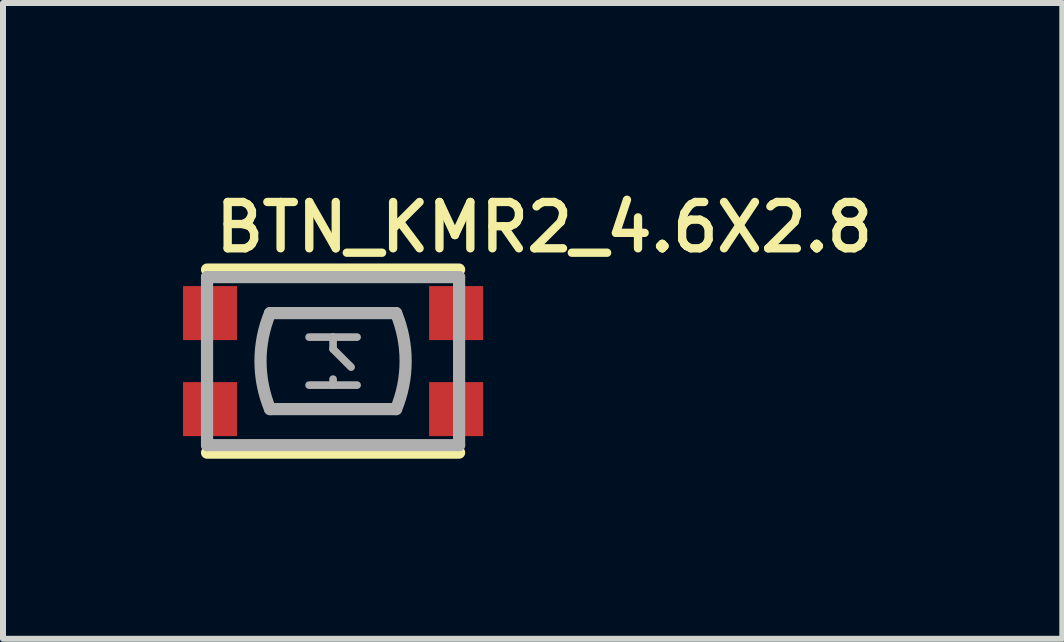
<source format=kicad_pcb>
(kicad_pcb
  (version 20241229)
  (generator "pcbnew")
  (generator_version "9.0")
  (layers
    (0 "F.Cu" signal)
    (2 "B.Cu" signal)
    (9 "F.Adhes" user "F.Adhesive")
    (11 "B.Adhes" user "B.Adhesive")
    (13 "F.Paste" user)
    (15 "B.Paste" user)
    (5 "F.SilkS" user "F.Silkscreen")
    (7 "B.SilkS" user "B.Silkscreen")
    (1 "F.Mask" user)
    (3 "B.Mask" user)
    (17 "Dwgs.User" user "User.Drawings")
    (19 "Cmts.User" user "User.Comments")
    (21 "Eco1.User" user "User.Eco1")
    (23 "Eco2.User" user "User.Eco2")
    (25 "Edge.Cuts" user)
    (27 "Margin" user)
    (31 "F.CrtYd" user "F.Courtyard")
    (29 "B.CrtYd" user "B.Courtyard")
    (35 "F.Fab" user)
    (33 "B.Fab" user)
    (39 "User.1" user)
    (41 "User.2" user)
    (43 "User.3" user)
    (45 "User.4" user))
  (footprint "BTN_KMR2_4.6X2.8"
    (layer "F.Cu")
    (at 2.5 2.967)
    (property "Reference" "BTN_KMR2_4.6X2.8" (at -2.032 -1.778 0) (layer "F.SilkS") (effects (font (size 0.772 0.772) (thickness 0.139)) (justify left bottom)))
    (attr through_hole)
    (fp_line (start -2.1 -1.525) (end 2.1 -1.525) (stroke (width 0.203) (type solid)) (layer "F.SilkS"))
    (fp_line (start 2.1 1.525) (end -2.1 1.525) (stroke (width 0.203) (type solid)) (layer "F.SilkS"))
    (fp_line (start -2.1 -1.4) (end 2.1 -1.4) (stroke (width 0.203) (type solid)) (layer "F.Fab"))
    (fp_line (start -2.1 1.4) (end -2.1 -1.4) (stroke (width 0.203) (type solid)) (layer "F.Fab"))
    (fp_line (start -1.05 -0.8) (end 1.05 -0.8) (stroke (width 0.203) (type solid)) (layer "F.Fab"))
    (fp_line (start -0.4 -0.4) (end 0 -0.4) (stroke (width 0.127) (type solid)) (layer "F.Fab"))
    (fp_line (start -0.4 0.4) (end 0 0.4) (stroke (width 0.127) (type solid)) (layer "F.Fab"))
    (fp_line (start 0 -0.4) (end 0 -0.2) (stroke (width 0.127) (type solid)) (layer "F.Fab"))
    (fp_line (start 0 -0.4) (end 0.4 -0.4) (stroke (width 0.127) (type solid)) (layer "F.Fab"))
    (fp_line (start 0 -0.2) (end 0.3 0.1) (stroke (width 0.127) (type solid)) (layer "F.Fab"))
    (fp_line (start 0 0.4) (end 0 0.3) (stroke (width 0.127) (type solid)) (layer "F.Fab"))
    (fp_line (start 0 0.4) (end 0.4 0.4) (stroke (width 0.127) (type solid)) (layer "F.Fab"))
    (fp_line (start 1.05 0.8) (end -1.05 0.8) (stroke (width 0.203) (type solid)) (layer "F.Fab"))
    (fp_line (start 2.1 -1.4) (end 2.1 1.4) (stroke (width 0.203) (type solid)) (layer "F.Fab"))
    (fp_line (start 2.1 1.4) (end -2.1 1.4) (stroke (width 0.203) (type solid)) (layer "F.Fab"))
    (fp_arc (start -1.05 0.8) (mid -1.209128 0) (end -1.05 -0.799999) (stroke (width 0.2032) (type solid)) (layer "F.Fab"))
    (fp_arc (start 1.05 -0.8) (mid 1.209128 0) (end 1.05 0.799999) (stroke (width 0.2032) (type solid)) (layer "F.Fab"))
    (pad "A" smd rect (at 2.05 -0.8) (size 0.9 0.9) (layers "F.Cu" "F.Mask" "F.Paste"))
    (pad "A'" smd rect (at -2.05 -0.8) (size 0.9 0.9) (layers "F.Cu" "F.Mask" "F.Paste"))
    (pad "B" smd rect (at 2.05 0.8) (size 0.9 0.9) (layers "F.Cu" "F.Mask" "F.Paste"))
    (pad "B'" smd rect (at -2.05 0.8) (size 0.9 0.9) (layers "F.Cu" "F.Mask" "F.Paste")))
  (gr_rect
    (start -3 -3)
    (end 14.651 7.594)
    (stroke (width 0.1) (type default))
    (fill no)
    (layer "Edge.Cuts")))
</source>
